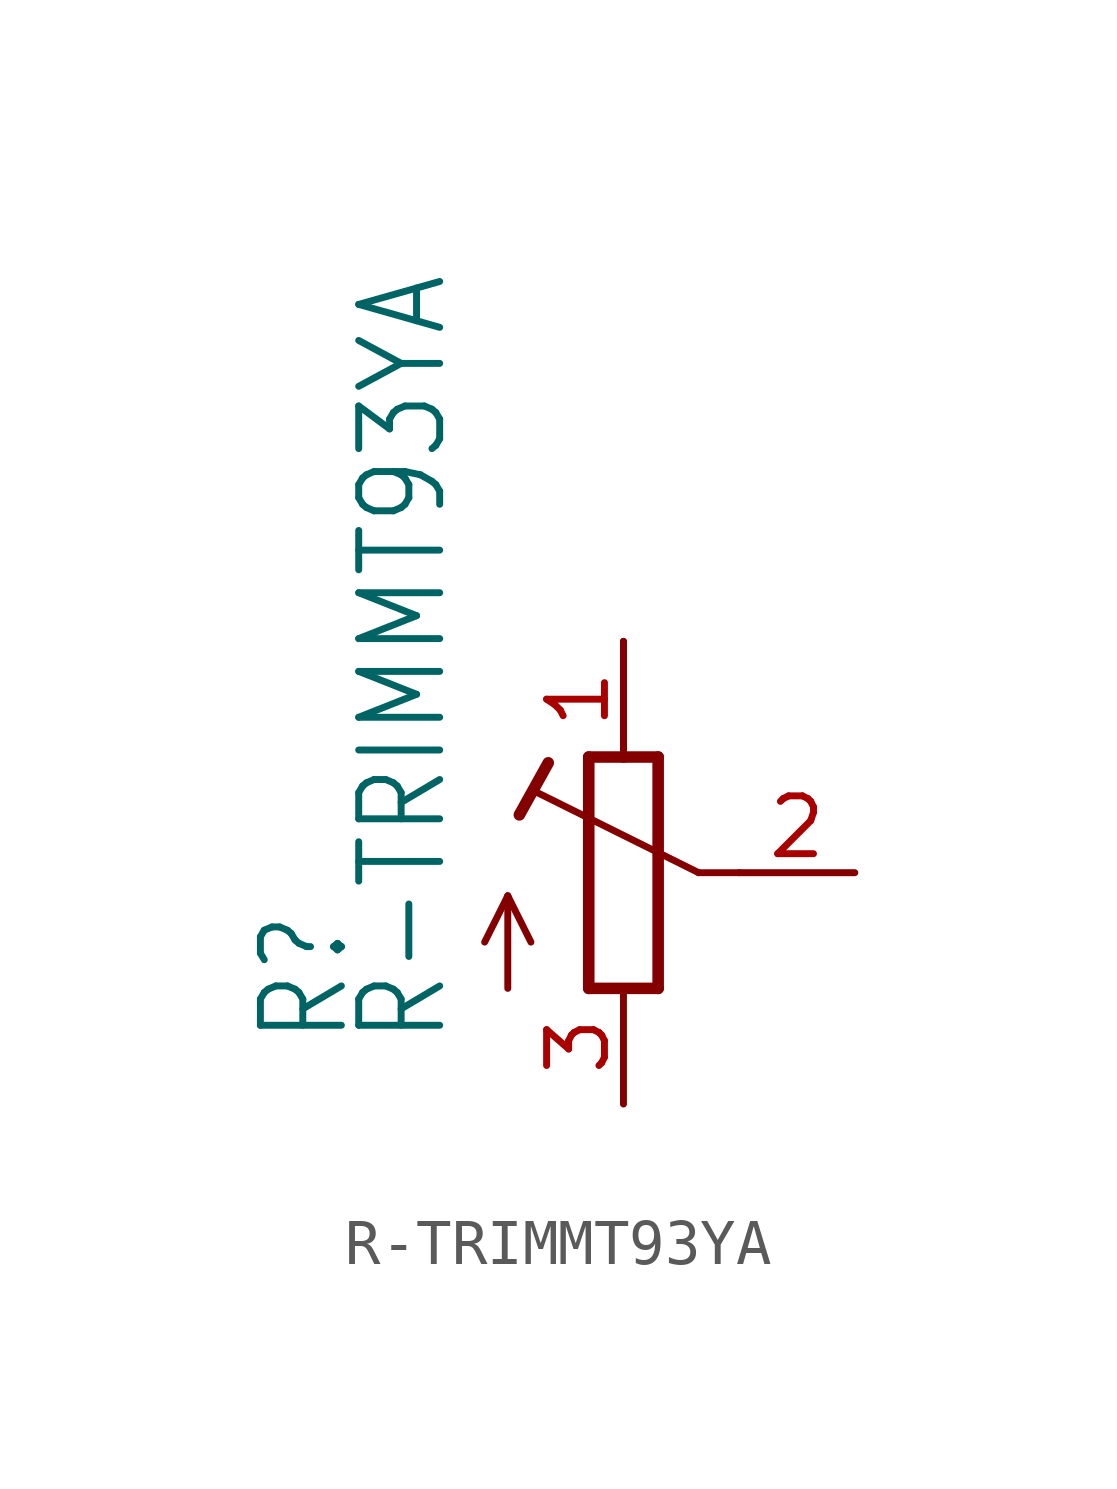
<source format=kicad_sym>
(kicad_symbol_lib
  (version 20220331)
  (generator kicad_symbol_editor)
  (symbol "R-TRIMMT93YA"
    (property "Reference" "R"
      (at -5.969 -3.81 90)
      (effects (font (size 1.778 1.511)) (justify left bottom)))
    (property "Value" "R-TRIMMT93YA"
      (at -3.81 -3.81 90)
      (effects (font (size 1.778 1.511)) (justify left bottom)))
    (property "ki_locked" ""
      (at 0 0 0)
      (effects (font (size 1.27 1.27))))
    (symbol "R-TRIMMT93YA_1_0"
      (polyline (pts (xy -2.54 -2.54) (xy -2.54 -0.508)) (stroke (width 0.152) (type solid)) (fill (type none)))
      (polyline (pts (xy -2.54 -0.508) (xy -3.048 -1.524)) (stroke (width 0.152) (type solid)) (fill (type none)))
      (polyline (pts (xy -2.54 -0.508) (xy -2.032 -1.524)) (stroke (width 0.152) (type solid)) (fill (type none)))
      (polyline (pts (xy -2.286 1.27) (xy -1.651 2.413)) (stroke (width 0.254) (type solid)) (fill (type none)))
      (polyline (pts (xy -0.762 -2.54) (xy 0.762 -2.54)) (stroke (width 0.254) (type solid)) (fill (type none)))
      (polyline (pts (xy -0.762 2.54) (xy -0.762 -2.54)) (stroke (width 0.254) (type solid)) (fill (type none)))
      (polyline (pts (xy 0 2.54) (xy -0.762 2.54)) (stroke (width 0.254) (type solid)) (fill (type none)))
      (polyline (pts (xy 0 2.54) (xy 0 5.08)) (stroke (width 0.152) (type solid)) (fill (type none)))
      (polyline (pts (xy 0.762 -2.54) (xy 0.762 2.54)) (stroke (width 0.254) (type solid)) (fill (type none)))
      (polyline (pts (xy 0.762 2.54) (xy 0 2.54)) (stroke (width 0.254) (type solid)) (fill (type none)))
      (polyline (pts (xy 1.651 0) (xy -1.88 1.753)) (stroke (width 0.152) (type solid)) (fill (type none)))
      (polyline (pts (xy 2.54 0) (xy 1.651 0)) (stroke (width 0.152) (type solid)) (fill (type none)))
      (pin passive line (at 0 5.08 270) (length 2.54) (name "A" (effects (font (size 0 0)))) (number "1" (effects (font (size 1.27 1.27)))))
      (pin passive line (at 5.08 0 180) (length 2.54) (name "S" (effects (font (size 0 0)))) (number "2" (effects (font (size 1.27 1.27)))))
      (pin passive line (at 0 -5.08 90) (length 2.54) (name "E" (effects (font (size 0 0)))) (number "3" (effects (font (size 1.27 1.27))))))))
</source>
